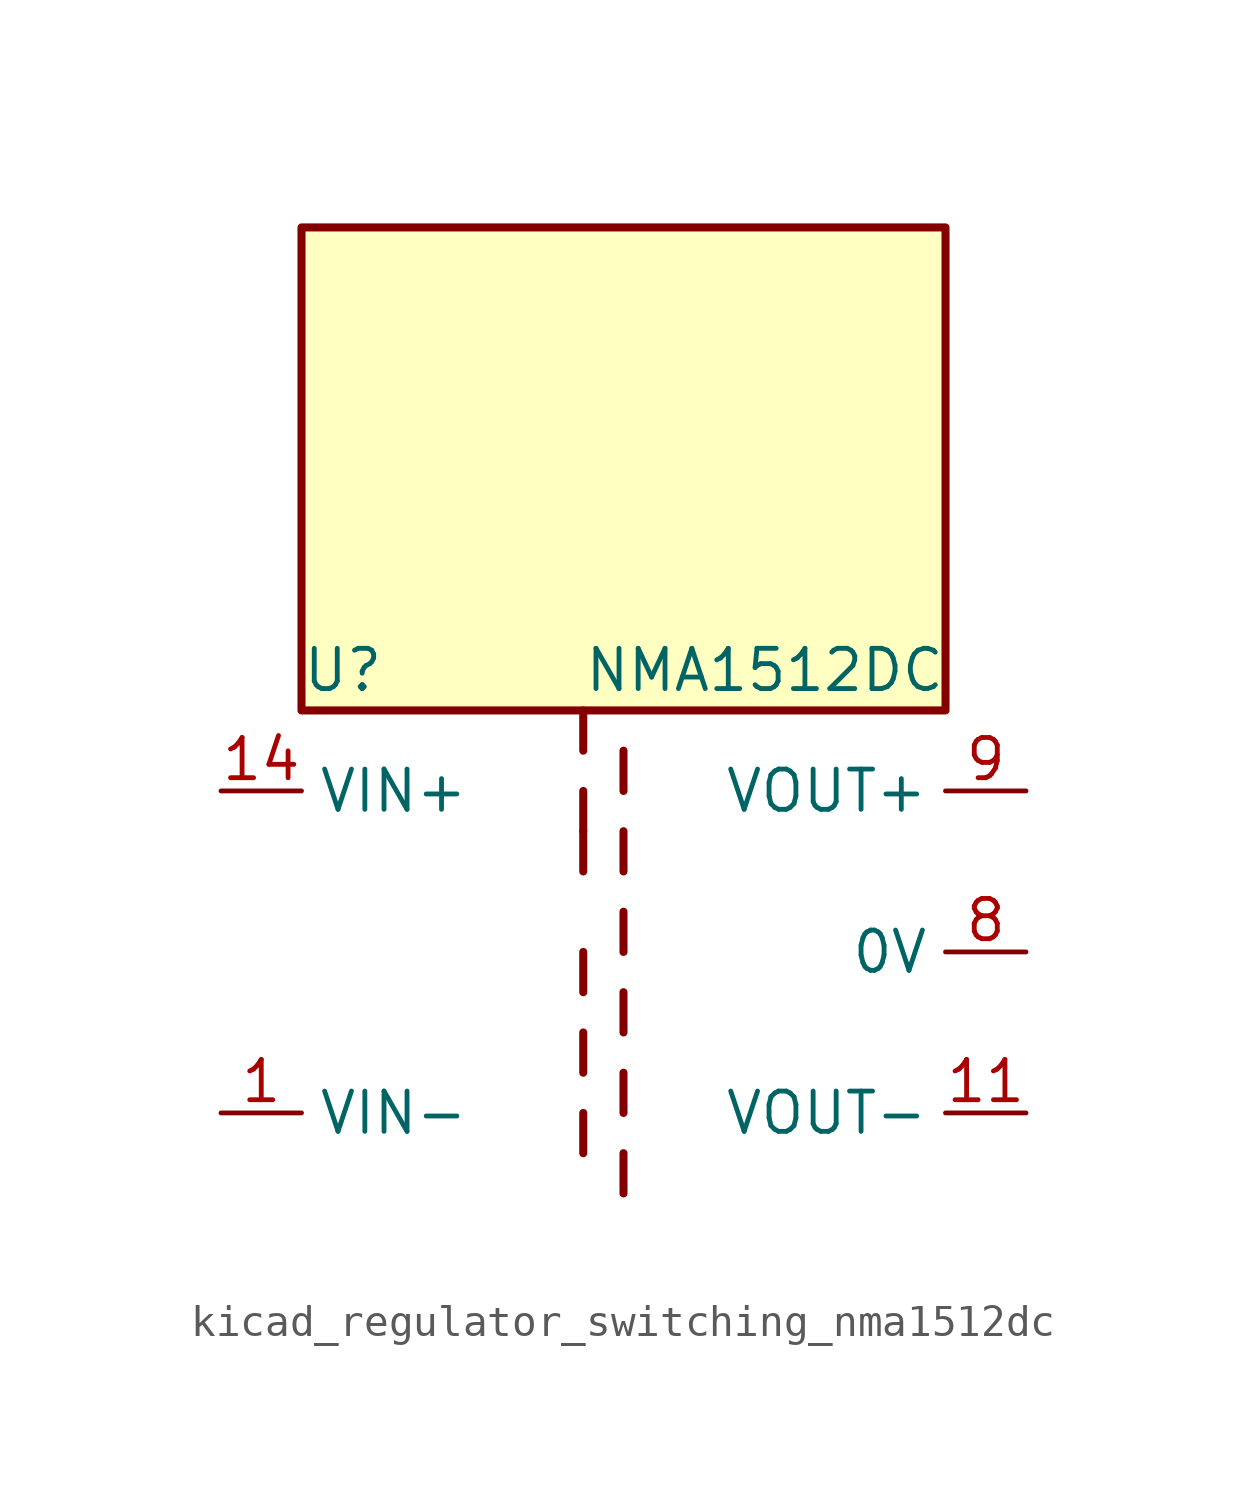
<source format=kicad_sym>
(kicad_symbol_lib
  (version 20220914)
  (generator kicad_symbol_editor)
  (symbol "kicad_regulator_switching_nma1512dc"
    (property "Reference" "U"
      (at -10.16 8.89 0)
      (effects (font (size 1.27 1.27)) (justify left)))
    (property "Value" "NMA1512DC"
      (at -1.27 8.89 0)
      (effects (font (size 1.27 1.27)) (justify left)))
    (symbol "kicad_regulator_switching_nma1512dc_0_1"
      (polyline (pts (xy -1.27 -5.08) (xy -1.27 -6.35)) (stroke (width 0.254) (type default)) (fill (type none)))
      (polyline (pts (xy -1.27 -2.54) (xy -1.27 -3.81)) (stroke (width 0.254) (type default)) (fill (type none)))
      (polyline (pts (xy -1.27 0) (xy -1.27 -1.27)) (stroke (width 0.254) (type default)) (fill (type none)))
      (polyline (pts (xy -1.27 2.54) (xy -1.27 3.81)) (stroke (width 0.254) (type default)) (fill (type none)))
      (polyline (pts (xy -1.27 5.08) (xy -1.27 3.81)) (stroke (width 0.254) (type default)) (fill (type none)))
      (polyline (pts (xy -1.27 7.62) (xy -1.27 6.35)) (stroke (width 0.254) (type default)) (fill (type none)))
      (polyline (pts (xy 0 -7.62) (xy 0 -6.35)) (stroke (width 0.254) (type default)) (fill (type none)))
      (polyline (pts (xy 0 -5.08) (xy 0 -3.81)) (stroke (width 0.254) (type default)) (fill (type none)))
      (polyline (pts (xy 0 -1.27) (xy 0 -2.54)) (stroke (width 0.254) (type default)) (fill (type none)))
      (polyline (pts (xy 0 0) (xy 0 1.27)) (stroke (width 0.254) (type default)) (fill (type none)))
      (polyline (pts (xy 0 2.54) (xy 0 3.81)) (stroke (width 0.254) (type default)) (fill (type none)))
      (polyline (pts (xy 0 5.08) (xy 0 6.35)) (stroke (width 0.254) (type default)) (fill (type none)))
      (rectangle (start 10.16 22.86) (end -10.16 7.62) (stroke (width 0.254) (type default)) (fill (type background))))
    (symbol "kicad_regulator_switching_nma1512dc_1_1"
      (pin power_in line (at -12.7 -5.08 0) (length 2.54) (name "VIN-" (effects (font (size 1.27 1.27)))) (number "1" (effects (font (size 1.27 1.27)))))
      (pin power_out line (at 12.7 -5.08 180) (length 2.54) (name "VOUT-" (effects (font (size 1.27 1.27)))) (number "11" (effects (font (size 1.27 1.27)))))
      (pin power_in line (at -12.7 5.08 0) (length 2.54) (name "VIN+" (effects (font (size 1.27 1.27)))) (number "14" (effects (font (size 1.27 1.27)))))
      (pin no_connect line (at -10.16 0 0) (length 2.54) hide (name "NC" (effects (font (size 1.27 1.27)))) (number "7" (effects (font (size 1.27 1.27)))))
      (pin power_out line (at 12.7 0 180) (length 2.54) (name "0V" (effects (font (size 1.27 1.27)))) (number "8" (effects (font (size 1.27 1.27)))))
      (pin power_out line (at 12.7 5.08 180) (length 2.54) (name "VOUT+" (effects (font (size 1.27 1.27)))) (number "9" (effects (font (size 1.27 1.27))))))))
</source>
